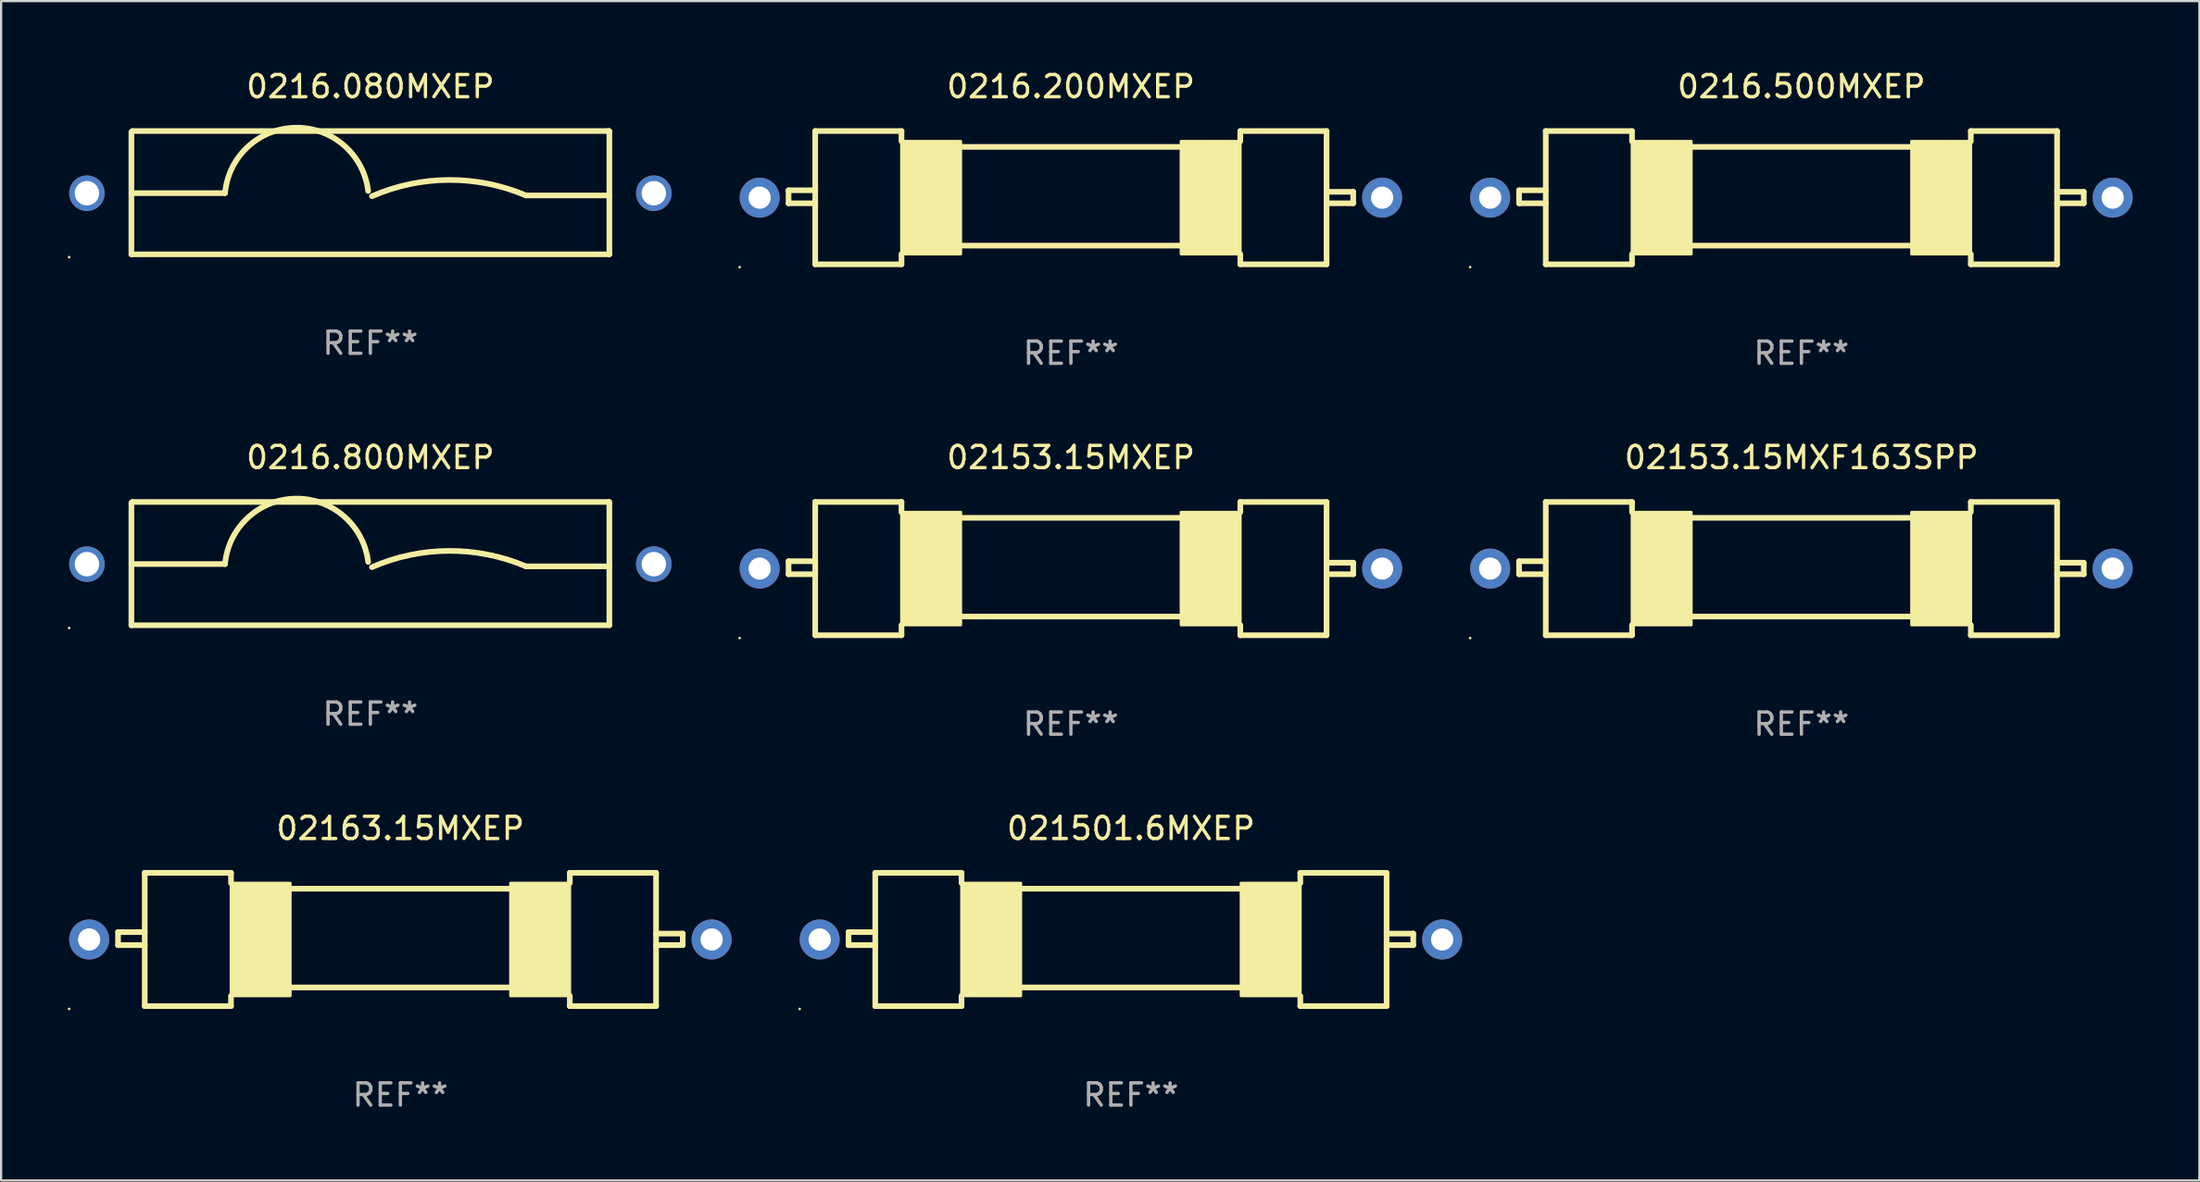
<source format=kicad_pcb>
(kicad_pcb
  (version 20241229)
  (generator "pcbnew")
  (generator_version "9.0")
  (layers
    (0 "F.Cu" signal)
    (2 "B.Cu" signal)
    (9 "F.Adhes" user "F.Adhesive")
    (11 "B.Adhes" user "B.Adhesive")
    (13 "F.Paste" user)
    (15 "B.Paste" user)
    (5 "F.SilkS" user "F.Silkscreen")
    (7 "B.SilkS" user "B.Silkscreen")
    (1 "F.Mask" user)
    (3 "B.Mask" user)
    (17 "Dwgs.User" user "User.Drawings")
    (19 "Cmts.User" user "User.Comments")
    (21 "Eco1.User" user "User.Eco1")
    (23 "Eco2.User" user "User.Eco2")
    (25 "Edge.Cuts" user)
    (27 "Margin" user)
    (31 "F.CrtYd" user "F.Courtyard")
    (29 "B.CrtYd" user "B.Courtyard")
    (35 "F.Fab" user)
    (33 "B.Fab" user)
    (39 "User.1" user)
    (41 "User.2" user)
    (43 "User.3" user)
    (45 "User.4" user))
  (footprint "0216.200MXEP"
    (layer "F.Cu")
    (at 45.12 5.848)
    (property "Reference" "0216.200MXEP" (at 0 -5 0) (layer "F.SilkS") (effects (font (size 1 1) (thickness 0.15))))
    (attr through_hole)
    (fp_line (start -12.7 -0.332) (end -12.7 0.254) (stroke (width 0.254) (type solid)) (layer "F.SilkS"))
    (fp_line (start -12.7 0.254) (end -11.5 0.254) (stroke (width 0.254) (type solid)) (layer "F.SilkS"))
    (fp_line (start -11.5 -3) (end -11.5 3) (stroke (width 0.254) (type solid)) (layer "F.SilkS"))
    (fp_line (start -11.5 -3) (end -7.62 -3) (stroke (width 0.254) (type solid)) (layer "F.SilkS"))
    (fp_line (start -11.5 -0.332) (end -12.7 -0.332) (stroke (width 0.254) (type solid)) (layer "F.SilkS"))
    (fp_line (start -7.62 -2.54) (end -7.62 -3) (stroke (width 0.254) (type solid)) (layer "F.SilkS"))
    (fp_line (start -7.62 2.54) (end -7.62 3) (stroke (width 0.254) (type solid)) (layer "F.SilkS"))
    (fp_line (start -7.62 3) (end -11.5 3) (stroke (width 0.254) (type solid)) (layer "F.SilkS"))
    (fp_line (start -4.953 -2.286) (end 4.953 -2.286) (stroke (width 0.254) (type solid)) (layer "F.SilkS"))
    (fp_line (start -4.953 2.159) (end 4.953 2.159) (stroke (width 0.254) (type solid)) (layer "F.SilkS"))
    (fp_line (start 7.62 -3) (end 11.5 -3) (stroke (width 0.254) (type solid)) (layer "F.SilkS"))
    (fp_line (start 7.62 -2.54) (end 7.62 -3) (stroke (width 0.254) (type solid)) (layer "F.SilkS"))
    (fp_line (start 7.62 2.54) (end 7.62 3) (stroke (width 0.254) (type solid)) (layer "F.SilkS"))
    (fp_line (start 7.62 3) (end 11.5 3) (stroke (width 0.254) (type solid)) (layer "F.SilkS"))
    (fp_line (start 11.5 -3) (end 11.5 3) (stroke (width 0.254) (type solid)) (layer "F.SilkS"))
    (fp_line (start 11.5 -0.264) (end 12.7 -0.264) (stroke (width 0.254) (type solid)) (layer "F.SilkS"))
    (fp_line (start 12.7 -0.264) (end 12.7 0.254) (stroke (width 0.254) (type solid)) (layer "F.SilkS"))
    (fp_line (start 12.7 0.254) (end 11.5 0.254) (stroke (width 0.254) (type solid)) (layer "F.SilkS"))
    (fp_circle (center -14.9 3.127) (end -14.87 3.127) (stroke (width 0.06) (type solid)) (fill no) (layer "F.SilkS"))
    (fp_poly (pts (xy -7.62 -2.54) (xy -4.953 -2.54) (xy -4.953 2.54) (xy -7.62 2.54)) (stroke (width 0.12) (type solid)) (fill yes) (layer "F.SilkS"))
    (fp_poly (pts (xy 4.953 -2.54) (xy 7.62 -2.54) (xy 7.62 2.54) (xy 4.953 2.54)) (stroke (width 0.12) (type solid)) (fill yes) (layer "F.SilkS"))
    (fp_text user "REF**" (at 0 7 0) (layer "F.Fab") (effects (font (size 1 1) (thickness 0.15))))
    (pad "1" thru_hole circle (at -14 0) (size 1.8 1.8) (drill 1) (layers "*.Cu" "*.Mask"))
    (pad "2" thru_hole circle (at 14 0) (size 1.8 1.8) (drill 1) (layers "*.Cu" "*.Mask")))
  (footprint "02153.15MXF163SPP"
    (layer "F.Cu")
    (at 77.98 22.545)
    (property "Reference" "02153.15MXF163SPP" (at 0 -5 0) (layer "F.SilkS") (effects (font (size 1 1) (thickness 0.15))))
    (attr through_hole)
    (fp_line (start -12.7 -0.332) (end -12.7 0.254) (stroke (width 0.254) (type solid)) (layer "F.SilkS"))
    (fp_line (start -12.7 0.254) (end -11.5 0.254) (stroke (width 0.254) (type solid)) (layer "F.SilkS"))
    (fp_line (start -11.5 -3) (end -11.5 3) (stroke (width 0.254) (type solid)) (layer "F.SilkS"))
    (fp_line (start -11.5 -3) (end -7.62 -3) (stroke (width 0.254) (type solid)) (layer "F.SilkS"))
    (fp_line (start -11.5 -0.332) (end -12.7 -0.332) (stroke (width 0.254) (type solid)) (layer "F.SilkS"))
    (fp_line (start -7.62 -2.54) (end -7.62 -3) (stroke (width 0.254) (type solid)) (layer "F.SilkS"))
    (fp_line (start -7.62 2.54) (end -7.62 3) (stroke (width 0.254) (type solid)) (layer "F.SilkS"))
    (fp_line (start -7.62 3) (end -11.5 3) (stroke (width 0.254) (type solid)) (layer "F.SilkS"))
    (fp_line (start -4.953 -2.286) (end 4.953 -2.286) (stroke (width 0.254) (type solid)) (layer "F.SilkS"))
    (fp_line (start -4.953 2.159) (end 4.953 2.159) (stroke (width 0.254) (type solid)) (layer "F.SilkS"))
    (fp_line (start 7.62 -3) (end 11.5 -3) (stroke (width 0.254) (type solid)) (layer "F.SilkS"))
    (fp_line (start 7.62 -2.54) (end 7.62 -3) (stroke (width 0.254) (type solid)) (layer "F.SilkS"))
    (fp_line (start 7.62 2.54) (end 7.62 3) (stroke (width 0.254) (type solid)) (layer "F.SilkS"))
    (fp_line (start 7.62 3) (end 11.5 3) (stroke (width 0.254) (type solid)) (layer "F.SilkS"))
    (fp_line (start 11.5 -3) (end 11.5 3) (stroke (width 0.254) (type solid)) (layer "F.SilkS"))
    (fp_line (start 11.5 -0.264) (end 12.7 -0.264) (stroke (width 0.254) (type solid)) (layer "F.SilkS"))
    (fp_line (start 12.7 -0.264) (end 12.7 0.254) (stroke (width 0.254) (type solid)) (layer "F.SilkS"))
    (fp_line (start 12.7 0.254) (end 11.5 0.254) (stroke (width 0.254) (type solid)) (layer "F.SilkS"))
    (fp_circle (center -14.9 3.127) (end -14.87 3.127) (stroke (width 0.06) (type solid)) (fill no) (layer "F.SilkS"))
    (fp_poly (pts (xy -7.62 -2.54) (xy -4.953 -2.54) (xy -4.953 2.54) (xy -7.62 2.54)) (stroke (width 0.12) (type solid)) (fill yes) (layer "F.SilkS"))
    (fp_poly (pts (xy 4.953 -2.54) (xy 7.62 -2.54) (xy 7.62 2.54) (xy 4.953 2.54)) (stroke (width 0.12) (type solid)) (fill yes) (layer "F.SilkS"))
    (fp_text user "REF**" (at 0 7 0) (layer "F.Fab") (effects (font (size 1 1) (thickness 0.15))))
    (pad "1" thru_hole circle (at -14 0) (size 1.8 1.8) (drill 1) (layers "*.Cu" "*.Mask"))
    (pad "2" thru_hole circle (at 14 0) (size 1.8 1.8) (drill 1) (layers "*.Cu" "*.Mask")))
  (footprint "0216.500MXEP"
    (layer "F.Cu")
    (at 77.98 5.848)
    (property "Reference" "0216.500MXEP" (at 0 -5 0) (layer "F.SilkS") (effects (font (size 1 1) (thickness 0.15))))
    (attr through_hole)
    (fp_line (start -12.7 -0.332) (end -12.7 0.254) (stroke (width 0.254) (type solid)) (layer "F.SilkS"))
    (fp_line (start -12.7 0.254) (end -11.5 0.254) (stroke (width 0.254) (type solid)) (layer "F.SilkS"))
    (fp_line (start -11.5 -3) (end -11.5 3) (stroke (width 0.254) (type solid)) (layer "F.SilkS"))
    (fp_line (start -11.5 -3) (end -7.62 -3) (stroke (width 0.254) (type solid)) (layer "F.SilkS"))
    (fp_line (start -11.5 -0.332) (end -12.7 -0.332) (stroke (width 0.254) (type solid)) (layer "F.SilkS"))
    (fp_line (start -7.62 -2.54) (end -7.62 -3) (stroke (width 0.254) (type solid)) (layer "F.SilkS"))
    (fp_line (start -7.62 2.54) (end -7.62 3) (stroke (width 0.254) (type solid)) (layer "F.SilkS"))
    (fp_line (start -7.62 3) (end -11.5 3) (stroke (width 0.254) (type solid)) (layer "F.SilkS"))
    (fp_line (start -4.953 -2.286) (end 4.953 -2.286) (stroke (width 0.254) (type solid)) (layer "F.SilkS"))
    (fp_line (start -4.953 2.159) (end 4.953 2.159) (stroke (width 0.254) (type solid)) (layer "F.SilkS"))
    (fp_line (start 7.62 -3) (end 11.5 -3) (stroke (width 0.254) (type solid)) (layer "F.SilkS"))
    (fp_line (start 7.62 -2.54) (end 7.62 -3) (stroke (width 0.254) (type solid)) (layer "F.SilkS"))
    (fp_line (start 7.62 2.54) (end 7.62 3) (stroke (width 0.254) (type solid)) (layer "F.SilkS"))
    (fp_line (start 7.62 3) (end 11.5 3) (stroke (width 0.254) (type solid)) (layer "F.SilkS"))
    (fp_line (start 11.5 -3) (end 11.5 3) (stroke (width 0.254) (type solid)) (layer "F.SilkS"))
    (fp_line (start 11.5 -0.264) (end 12.7 -0.264) (stroke (width 0.254) (type solid)) (layer "F.SilkS"))
    (fp_line (start 12.7 -0.264) (end 12.7 0.254) (stroke (width 0.254) (type solid)) (layer "F.SilkS"))
    (fp_line (start 12.7 0.254) (end 11.5 0.254) (stroke (width 0.254) (type solid)) (layer "F.SilkS"))
    (fp_circle (center -14.9 3.127) (end -14.87 3.127) (stroke (width 0.06) (type solid)) (fill no) (layer "F.SilkS"))
    (fp_poly (pts (xy -7.62 -2.54) (xy -4.953 -2.54) (xy -4.953 2.54) (xy -7.62 2.54)) (stroke (width 0.12) (type solid)) (fill yes) (layer "F.SilkS"))
    (fp_poly (pts (xy 4.953 -2.54) (xy 7.62 -2.54) (xy 7.62 2.54) (xy 4.953 2.54)) (stroke (width 0.12) (type solid)) (fill yes) (layer "F.SilkS"))
    (fp_text user "REF**" (at 0 7 0) (layer "F.Fab") (effects (font (size 1 1) (thickness 0.15))))
    (pad "1" thru_hole circle (at -14 0) (size 1.8 1.8) (drill 1) (layers "*.Cu" "*.Mask"))
    (pad "2" thru_hole circle (at 14 0) (size 1.8 1.8) (drill 1) (layers "*.Cu" "*.Mask")))
  (footprint "02153.15MXEP"
    (layer "F.Cu")
    (at 45.12 22.545)
    (property "Reference" "02153.15MXEP" (at 0 -5 0) (layer "F.SilkS") (effects (font (size 1 1) (thickness 0.15))))
    (attr through_hole)
    (fp_line (start -12.7 -0.332) (end -12.7 0.254) (stroke (width 0.254) (type solid)) (layer "F.SilkS"))
    (fp_line (start -12.7 0.254) (end -11.5 0.254) (stroke (width 0.254) (type solid)) (layer "F.SilkS"))
    (fp_line (start -11.5 -3) (end -11.5 3) (stroke (width 0.254) (type solid)) (layer "F.SilkS"))
    (fp_line (start -11.5 -3) (end -7.62 -3) (stroke (width 0.254) (type solid)) (layer "F.SilkS"))
    (fp_line (start -11.5 -0.332) (end -12.7 -0.332) (stroke (width 0.254) (type solid)) (layer "F.SilkS"))
    (fp_line (start -7.62 -2.54) (end -7.62 -3) (stroke (width 0.254) (type solid)) (layer "F.SilkS"))
    (fp_line (start -7.62 2.54) (end -7.62 3) (stroke (width 0.254) (type solid)) (layer "F.SilkS"))
    (fp_line (start -7.62 3) (end -11.5 3) (stroke (width 0.254) (type solid)) (layer "F.SilkS"))
    (fp_line (start -4.953 -2.286) (end 4.953 -2.286) (stroke (width 0.254) (type solid)) (layer "F.SilkS"))
    (fp_line (start -4.953 2.159) (end 4.953 2.159) (stroke (width 0.254) (type solid)) (layer "F.SilkS"))
    (fp_line (start 7.62 -3) (end 11.5 -3) (stroke (width 0.254) (type solid)) (layer "F.SilkS"))
    (fp_line (start 7.62 -2.54) (end 7.62 -3) (stroke (width 0.254) (type solid)) (layer "F.SilkS"))
    (fp_line (start 7.62 2.54) (end 7.62 3) (stroke (width 0.254) (type solid)) (layer "F.SilkS"))
    (fp_line (start 7.62 3) (end 11.5 3) (stroke (width 0.254) (type solid)) (layer "F.SilkS"))
    (fp_line (start 11.5 -3) (end 11.5 3) (stroke (width 0.254) (type solid)) (layer "F.SilkS"))
    (fp_line (start 11.5 -0.264) (end 12.7 -0.264) (stroke (width 0.254) (type solid)) (layer "F.SilkS"))
    (fp_line (start 12.7 -0.264) (end 12.7 0.254) (stroke (width 0.254) (type solid)) (layer "F.SilkS"))
    (fp_line (start 12.7 0.254) (end 11.5 0.254) (stroke (width 0.254) (type solid)) (layer "F.SilkS"))
    (fp_circle (center -14.9 3.127) (end -14.87 3.127) (stroke (width 0.06) (type solid)) (fill no) (layer "F.SilkS"))
    (fp_poly (pts (xy -7.62 -2.54) (xy -4.953 -2.54) (xy -4.953 2.54) (xy -7.62 2.54)) (stroke (width 0.12) (type solid)) (fill yes) (layer "F.SilkS"))
    (fp_poly (pts (xy 4.953 -2.54) (xy 7.62 -2.54) (xy 7.62 2.54) (xy 4.953 2.54)) (stroke (width 0.12) (type solid)) (fill yes) (layer "F.SilkS"))
    (fp_text user "REF**" (at 0 7 0) (layer "F.Fab") (effects (font (size 1 1) (thickness 0.15))))
    (pad "1" thru_hole circle (at -14 0) (size 1.8 1.8) (drill 1) (layers "*.Cu" "*.Mask"))
    (pad "2" thru_hole circle (at 14 0) (size 1.8 1.8) (drill 1) (layers "*.Cu" "*.Mask")))
  (footprint "0216.800MXEP"
    (layer "F.Cu")
    (at 13.61 22.32)
    (property "Reference" "0216.800MXEP" (at 0 -4.775 0) (layer "F.SilkS") (effects (font (size 1 1) (thickness 0.15))))
    (attr through_hole)
    (fp_line (start -10.75 -2.725) (end -10.7 -2.775) (stroke (width 0.254) (type solid)) (layer "F.SilkS"))
    (fp_line (start -10.75 2.775) (end -10.75 -2.725) (stroke (width 0.254) (type solid)) (layer "F.SilkS"))
    (fp_line (start -10.75 2.775) (end 10.75 2.775) (stroke (width 0.254) (type solid)) (layer "F.SilkS"))
    (fp_line (start -10.7 -2.775) (end 10.7 -2.775) (stroke (width 0.254) (type solid)) (layer "F.SilkS"))
    (fp_line (start -6.538 0.021) (end -10.75 0.021) (stroke (width 0.254) (type solid)) (layer "F.SilkS"))
    (fp_line (start 7 0.125) (end 10.75 0.125) (stroke (width 0.254) (type solid)) (layer "F.SilkS"))
    (fp_line (start 10.7 -2.775) (end 10.75 -2.725) (stroke (width 0.254) (type solid)) (layer "F.SilkS"))
    (fp_line (start 10.75 2.775) (end 10.75 -2.775) (stroke (width 0.254) (type solid)) (layer "F.SilkS"))
    (fp_arc (start -6.538277 0.020573) (mid -3.362163 -2.925392) (end -0.1 -0.075006) (stroke (width 0.254001) (type solid)) (layer "F.SilkS"))
    (fp_arc (start 0.069571 0.160528) (mid 3.531132 -0.572293) (end 7.000025 0.124994) (stroke (width 0.254001) (type solid)) (layer "F.SilkS"))
    (fp_circle (center -13.55 2.902) (end -13.52 2.902) (stroke (width 0.06) (type solid)) (fill no) (layer "F.SilkS"))
    (fp_text user "REF**" (at 0 6.775 0) (layer "F.Fab") (effects (font (size 1 1) (thickness 0.15))))
    (pad "1" thru_hole circle (at -12.75 0.025) (size 1.6 1.6) (drill 1.1) (layers "*.Cu" "*.Mask"))
    (pad "2" thru_hole circle (at 12.75 0.025) (size 1.6 1.6) (drill 1.1) (layers "*.Cu" "*.Mask")))
  (footprint "021501.6MXEP"
    (layer "F.Cu")
    (at 47.82 39.241)
    (property "Reference" "021501.6MXEP" (at 0 -5 0) (layer "F.SilkS") (effects (font (size 1 1) (thickness 0.15))))
    (attr through_hole)
    (fp_line (start -12.7 -0.332) (end -12.7 0.254) (stroke (width 0.254) (type solid)) (layer "F.SilkS"))
    (fp_line (start -12.7 0.254) (end -11.5 0.254) (stroke (width 0.254) (type solid)) (layer "F.SilkS"))
    (fp_line (start -11.5 -3) (end -11.5 3) (stroke (width 0.254) (type solid)) (layer "F.SilkS"))
    (fp_line (start -11.5 -3) (end -7.62 -3) (stroke (width 0.254) (type solid)) (layer "F.SilkS"))
    (fp_line (start -11.5 -0.332) (end -12.7 -0.332) (stroke (width 0.254) (type solid)) (layer "F.SilkS"))
    (fp_line (start -7.62 -2.54) (end -7.62 -3) (stroke (width 0.254) (type solid)) (layer "F.SilkS"))
    (fp_line (start -7.62 2.54) (end -7.62 3) (stroke (width 0.254) (type solid)) (layer "F.SilkS"))
    (fp_line (start -7.62 3) (end -11.5 3) (stroke (width 0.254) (type solid)) (layer "F.SilkS"))
    (fp_line (start -4.953 -2.286) (end 4.953 -2.286) (stroke (width 0.254) (type solid)) (layer "F.SilkS"))
    (fp_line (start -4.953 2.159) (end 4.953 2.159) (stroke (width 0.254) (type solid)) (layer "F.SilkS"))
    (fp_line (start 7.62 -3) (end 11.5 -3) (stroke (width 0.254) (type solid)) (layer "F.SilkS"))
    (fp_line (start 7.62 -2.54) (end 7.62 -3) (stroke (width 0.254) (type solid)) (layer "F.SilkS"))
    (fp_line (start 7.62 2.54) (end 7.62 3) (stroke (width 0.254) (type solid)) (layer "F.SilkS"))
    (fp_line (start 7.62 3) (end 11.5 3) (stroke (width 0.254) (type solid)) (layer "F.SilkS"))
    (fp_line (start 11.5 -3) (end 11.5 3) (stroke (width 0.254) (type solid)) (layer "F.SilkS"))
    (fp_line (start 11.5 -0.264) (end 12.7 -0.264) (stroke (width 0.254) (type solid)) (layer "F.SilkS"))
    (fp_line (start 12.7 -0.264) (end 12.7 0.254) (stroke (width 0.254) (type solid)) (layer "F.SilkS"))
    (fp_line (start 12.7 0.254) (end 11.5 0.254) (stroke (width 0.254) (type solid)) (layer "F.SilkS"))
    (fp_circle (center -14.9 3.127) (end -14.87 3.127) (stroke (width 0.06) (type solid)) (fill no) (layer "F.SilkS"))
    (fp_poly (pts (xy -7.62 -2.54) (xy -4.953 -2.54) (xy -4.953 2.54) (xy -7.62 2.54)) (stroke (width 0.12) (type solid)) (fill yes) (layer "F.SilkS"))
    (fp_poly (pts (xy 4.953 -2.54) (xy 7.62 -2.54) (xy 7.62 2.54) (xy 4.953 2.54)) (stroke (width 0.12) (type solid)) (fill yes) (layer "F.SilkS"))
    (fp_text user "REF**" (at 0 7 0) (layer "F.Fab") (effects (font (size 1 1) (thickness 0.15))))
    (pad "1" thru_hole circle (at -14 0) (size 1.8 1.8) (drill 1) (layers "*.Cu" "*.Mask"))
    (pad "2" thru_hole circle (at 14 0) (size 1.8 1.8) (drill 1) (layers "*.Cu" "*.Mask")))
  (footprint "02163.15MXEP"
    (layer "F.Cu")
    (at 14.96 39.241)
    (property "Reference" "02163.15MXEP" (at 0 -5 0) (layer "F.SilkS") (effects (font (size 1 1) (thickness 0.15))))
    (attr through_hole)
    (fp_line (start -12.7 -0.332) (end -12.7 0.254) (stroke (width 0.254) (type solid)) (layer "F.SilkS"))
    (fp_line (start -12.7 0.254) (end -11.5 0.254) (stroke (width 0.254) (type solid)) (layer "F.SilkS"))
    (fp_line (start -11.5 -3) (end -11.5 3) (stroke (width 0.254) (type solid)) (layer "F.SilkS"))
    (fp_line (start -11.5 -3) (end -7.62 -3) (stroke (width 0.254) (type solid)) (layer "F.SilkS"))
    (fp_line (start -11.5 -0.332) (end -12.7 -0.332) (stroke (width 0.254) (type solid)) (layer "F.SilkS"))
    (fp_line (start -7.62 -2.54) (end -7.62 -3) (stroke (width 0.254) (type solid)) (layer "F.SilkS"))
    (fp_line (start -7.62 2.54) (end -7.62 3) (stroke (width 0.254) (type solid)) (layer "F.SilkS"))
    (fp_line (start -7.62 3) (end -11.5 3) (stroke (width 0.254) (type solid)) (layer "F.SilkS"))
    (fp_line (start -4.953 -2.286) (end 4.953 -2.286) (stroke (width 0.254) (type solid)) (layer "F.SilkS"))
    (fp_line (start -4.953 2.159) (end 4.953 2.159) (stroke (width 0.254) (type solid)) (layer "F.SilkS"))
    (fp_line (start 7.62 -3) (end 11.5 -3) (stroke (width 0.254) (type solid)) (layer "F.SilkS"))
    (fp_line (start 7.62 -2.54) (end 7.62 -3) (stroke (width 0.254) (type solid)) (layer "F.SilkS"))
    (fp_line (start 7.62 2.54) (end 7.62 3) (stroke (width 0.254) (type solid)) (layer "F.SilkS"))
    (fp_line (start 7.62 3) (end 11.5 3) (stroke (width 0.254) (type solid)) (layer "F.SilkS"))
    (fp_line (start 11.5 -3) (end 11.5 3) (stroke (width 0.254) (type solid)) (layer "F.SilkS"))
    (fp_line (start 11.5 -0.264) (end 12.7 -0.264) (stroke (width 0.254) (type solid)) (layer "F.SilkS"))
    (fp_line (start 12.7 -0.264) (end 12.7 0.254) (stroke (width 0.254) (type solid)) (layer "F.SilkS"))
    (fp_line (start 12.7 0.254) (end 11.5 0.254) (stroke (width 0.254) (type solid)) (layer "F.SilkS"))
    (fp_circle (center -14.9 3.127) (end -14.87 3.127) (stroke (width 0.06) (type solid)) (fill no) (layer "F.SilkS"))
    (fp_poly (pts (xy -7.62 -2.54) (xy -4.953 -2.54) (xy -4.953 2.54) (xy -7.62 2.54)) (stroke (width 0.12) (type solid)) (fill yes) (layer "F.SilkS"))
    (fp_poly (pts (xy 4.953 -2.54) (xy 7.62 -2.54) (xy 7.62 2.54) (xy 4.953 2.54)) (stroke (width 0.12) (type solid)) (fill yes) (layer "F.SilkS"))
    (fp_text user "REF**" (at 0 7 0) (layer "F.Fab") (effects (font (size 1 1) (thickness 0.15))))
    (pad "1" thru_hole circle (at -14 0) (size 1.8 1.8) (drill 1) (layers "*.Cu" "*.Mask"))
    (pad "2" thru_hole circle (at 14 0) (size 1.8 1.8) (drill 1) (layers "*.Cu" "*.Mask")))
  (footprint "0216.080MXEP"
    (layer "F.Cu")
    (at 13.61 5.623)
    (property "Reference" "0216.080MXEP" (at 0 -4.775 0) (layer "F.SilkS") (effects (font (size 1 1) (thickness 0.15))))
    (attr through_hole)
    (fp_line (start -10.75 -2.725) (end -10.7 -2.775) (stroke (width 0.254) (type solid)) (layer "F.SilkS"))
    (fp_line (start -10.75 2.775) (end -10.75 -2.725) (stroke (width 0.254) (type solid)) (layer "F.SilkS"))
    (fp_line (start -10.75 2.775) (end 10.75 2.775) (stroke (width 0.254) (type solid)) (layer "F.SilkS"))
    (fp_line (start -10.7 -2.775) (end 10.7 -2.775) (stroke (width 0.254) (type solid)) (layer "F.SilkS"))
    (fp_line (start -6.538 0.021) (end -10.75 0.021) (stroke (width 0.254) (type solid)) (layer "F.SilkS"))
    (fp_line (start 7 0.125) (end 10.75 0.125) (stroke (width 0.254) (type solid)) (layer "F.SilkS"))
    (fp_line (start 10.7 -2.775) (end 10.75 -2.725) (stroke (width 0.254) (type solid)) (layer "F.SilkS"))
    (fp_line (start 10.75 2.775) (end 10.75 -2.775) (stroke (width 0.254) (type solid)) (layer "F.SilkS"))
    (fp_arc (start -6.538277 0.020573) (mid -3.362163 -2.925392) (end -0.1 -0.075006) (stroke (width 0.254001) (type solid)) (layer "F.SilkS"))
    (fp_arc (start 0.069571 0.160528) (mid 3.531132 -0.572293) (end 7.000025 0.124994) (stroke (width 0.254001) (type solid)) (layer "F.SilkS"))
    (fp_circle (center -13.55 2.902) (end -13.52 2.902) (stroke (width 0.06) (type solid)) (fill no) (layer "F.SilkS"))
    (fp_text user "REF**" (at 0 6.775 0) (layer "F.Fab") (effects (font (size 1 1) (thickness 0.15))))
    (pad "1" thru_hole circle (at -12.75 0.025) (size 1.6 1.6) (drill 1.1) (layers "*.Cu" "*.Mask"))
    (pad "2" thru_hole circle (at 12.75 0.025) (size 1.6 1.6) (drill 1.1) (layers "*.Cu" "*.Mask")))
  (gr_rect
    (start -3 -3)
    (end 95.88 50.09)
    (stroke (width 0.1) (type default))
    (fill no)
    (layer "Edge.Cuts")))
</source>
